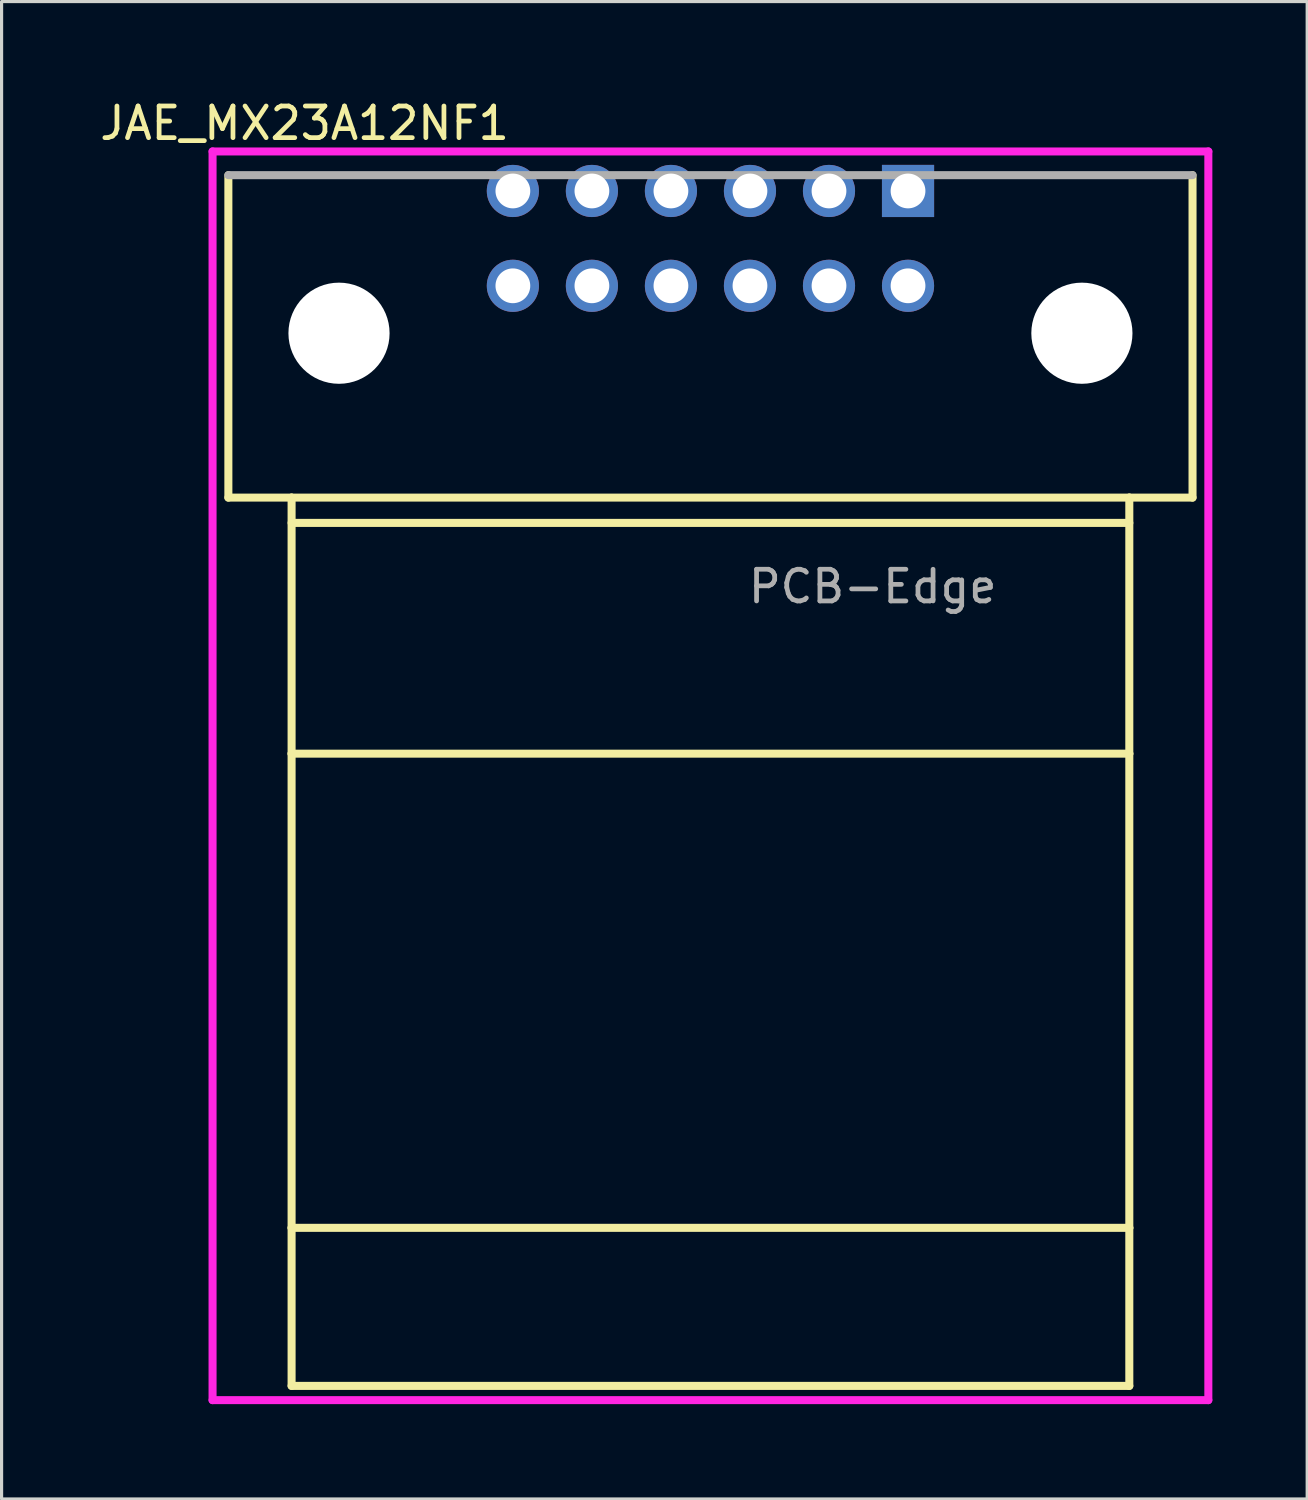
<source format=kicad_pcb>
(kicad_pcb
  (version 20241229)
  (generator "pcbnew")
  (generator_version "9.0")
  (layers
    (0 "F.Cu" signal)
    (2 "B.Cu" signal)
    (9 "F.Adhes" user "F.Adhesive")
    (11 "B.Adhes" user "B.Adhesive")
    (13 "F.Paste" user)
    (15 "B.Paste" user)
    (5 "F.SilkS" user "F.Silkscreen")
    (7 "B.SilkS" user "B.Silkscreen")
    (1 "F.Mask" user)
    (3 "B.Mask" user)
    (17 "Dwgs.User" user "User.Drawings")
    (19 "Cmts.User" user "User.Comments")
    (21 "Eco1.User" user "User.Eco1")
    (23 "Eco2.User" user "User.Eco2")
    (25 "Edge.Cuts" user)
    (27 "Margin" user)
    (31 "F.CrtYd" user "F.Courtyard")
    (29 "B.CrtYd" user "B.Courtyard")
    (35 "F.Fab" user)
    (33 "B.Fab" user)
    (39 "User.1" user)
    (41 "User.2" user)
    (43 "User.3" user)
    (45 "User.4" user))
  (footprint "JAE_MX23A12NF1"
    (layer "F.Cu")
    (at 19.424 7.491)
    (property "Reference" "JAE_MX23A12NF1" (at -12.84 -6.642 0) (layer "F.SilkS") (effects (font (size 1.001 1.001) (thickness 0.15))))
    (attr through_hole)
    (fp_line (start -15.25 5.2) (end -15.25 -5) (stroke (width 0.254) (type solid)) (layer "F.SilkS"))
    (fp_line (start -13.25 5.2) (end -15.25 5.2) (stroke (width 0.254) (type solid)) (layer "F.SilkS"))
    (fp_line (start -13.25 6) (end 13.25 6) (stroke (width 0.254) (type solid)) (layer "F.SilkS"))
    (fp_line (start -13.25 13.3) (end -13.25 5.2) (stroke (width 0.254) (type solid)) (layer "F.SilkS"))
    (fp_line (start -13.25 28.3) (end -13.25 13.3) (stroke (width 0.254) (type solid)) (layer "F.SilkS"))
    (fp_line (start -13.25 28.3) (end -13.25 33.3) (stroke (width 0.254) (type solid)) (layer "F.SilkS"))
    (fp_line (start 13.25 5.2) (end -13.25 5.2) (stroke (width 0.254) (type solid)) (layer "F.SilkS"))
    (fp_line (start 13.25 13.3) (end -13.25 13.3) (stroke (width 0.254) (type solid)) (layer "F.SilkS"))
    (fp_line (start 13.25 13.3) (end 13.25 5.2) (stroke (width 0.254) (type solid)) (layer "F.SilkS"))
    (fp_line (start 13.25 13.3) (end 13.25 28.3) (stroke (width 0.254) (type solid)) (layer "F.SilkS"))
    (fp_line (start 13.25 28.3) (end -13.25 28.3) (stroke (width 0.254) (type solid)) (layer "F.SilkS"))
    (fp_line (start 13.25 28.3) (end 13.25 33.3) (stroke (width 0.254) (type solid)) (layer "F.SilkS"))
    (fp_line (start 13.25 33.3) (end -13.25 33.3) (stroke (width 0.254) (type solid)) (layer "F.SilkS"))
    (fp_line (start 15.25 -5) (end 15.25 5.2) (stroke (width 0.254) (type solid)) (layer "F.SilkS"))
    (fp_line (start 15.25 5.2) (end 13.25 5.2) (stroke (width 0.254) (type solid)) (layer "F.SilkS"))
    (fp_line (start -15.75 -5.75) (end 15.75 -5.75) (stroke (width 0.254) (type solid)) (layer "F.CrtYd"))
    (fp_line (start -15.75 33.75) (end -15.75 -5.75) (stroke (width 0.254) (type solid)) (layer "F.CrtYd"))
    (fp_line (start 15.75 -5.75) (end 15.75 33.75) (stroke (width 0.254) (type solid)) (layer "F.CrtYd"))
    (fp_line (start 15.75 33.75) (end -15.75 33.75) (stroke (width 0.254) (type solid)) (layer "F.CrtYd"))
    (fp_line (start -15.25 -5) (end 15.25 -5) (stroke (width 0.254) (type solid)) (layer "F.Fab"))
    (fp_text user "PCB-Edge" (at 5.133 8.013 0) (layer "F.Fab") (effects (font (size 1.002 1.002) (thickness 0.15))))
    (pad "" np_thru_hole circle (at -11.75 0) (size 3.2 3.2) (drill 3.2) (layers "*.Cu" "*.Mask"))
    (pad "" np_thru_hole circle (at 11.75 0) (size 3.2 3.2) (drill 3.2) (layers "*.Cu" "*.Mask"))
    (pad "1" thru_hole rect (at 6.25 -4.5) (size 1.65 1.65) (drill 1.1) (layers "*.Cu" "*.Mask"))
    (pad "2" thru_hole circle (at 3.75 -4.5) (size 1.65 1.65) (drill 1.1) (layers "*.Cu" "*.Mask"))
    (pad "3" thru_hole circle (at 1.25 -4.5) (size 1.65 1.65) (drill 1.1) (layers "*.Cu" "*.Mask"))
    (pad "4" thru_hole circle (at -1.25 -4.5) (size 1.65 1.65) (drill 1.1) (layers "*.Cu" "*.Mask"))
    (pad "5" thru_hole circle (at -3.75 -4.5) (size 1.65 1.65) (drill 1.1) (layers "*.Cu" "*.Mask"))
    (pad "6" thru_hole circle (at -6.25 -4.5) (size 1.65 1.65) (drill 1.1) (layers "*.Cu" "*.Mask"))
    (pad "7" thru_hole circle (at 6.25 -1.5) (size 1.65 1.65) (drill 1.1) (layers "*.Cu" "*.Mask"))
    (pad "8" thru_hole circle (at 3.75 -1.5) (size 1.65 1.65) (drill 1.1) (layers "*.Cu" "*.Mask"))
    (pad "9" thru_hole circle (at 1.25 -1.5) (size 1.65 1.65) (drill 1.1) (layers "*.Cu" "*.Mask"))
    (pad "10" thru_hole circle (at -1.25 -1.5) (size 1.65 1.65) (drill 1.1) (layers "*.Cu" "*.Mask"))
    (pad "11" thru_hole circle (at -3.75 -1.5) (size 1.65 1.65) (drill 1.1) (layers "*.Cu" "*.Mask"))
    (pad "12" thru_hole circle (at -6.25 -1.5) (size 1.65 1.65) (drill 1.1) (layers "*.Cu" "*.Mask")))
  (gr_rect
    (start -3 -3)
    (end 38.301 44.368)
    (stroke (width 0.1) (type default))
    (fill no)
    (layer "Edge.Cuts")))
</source>
